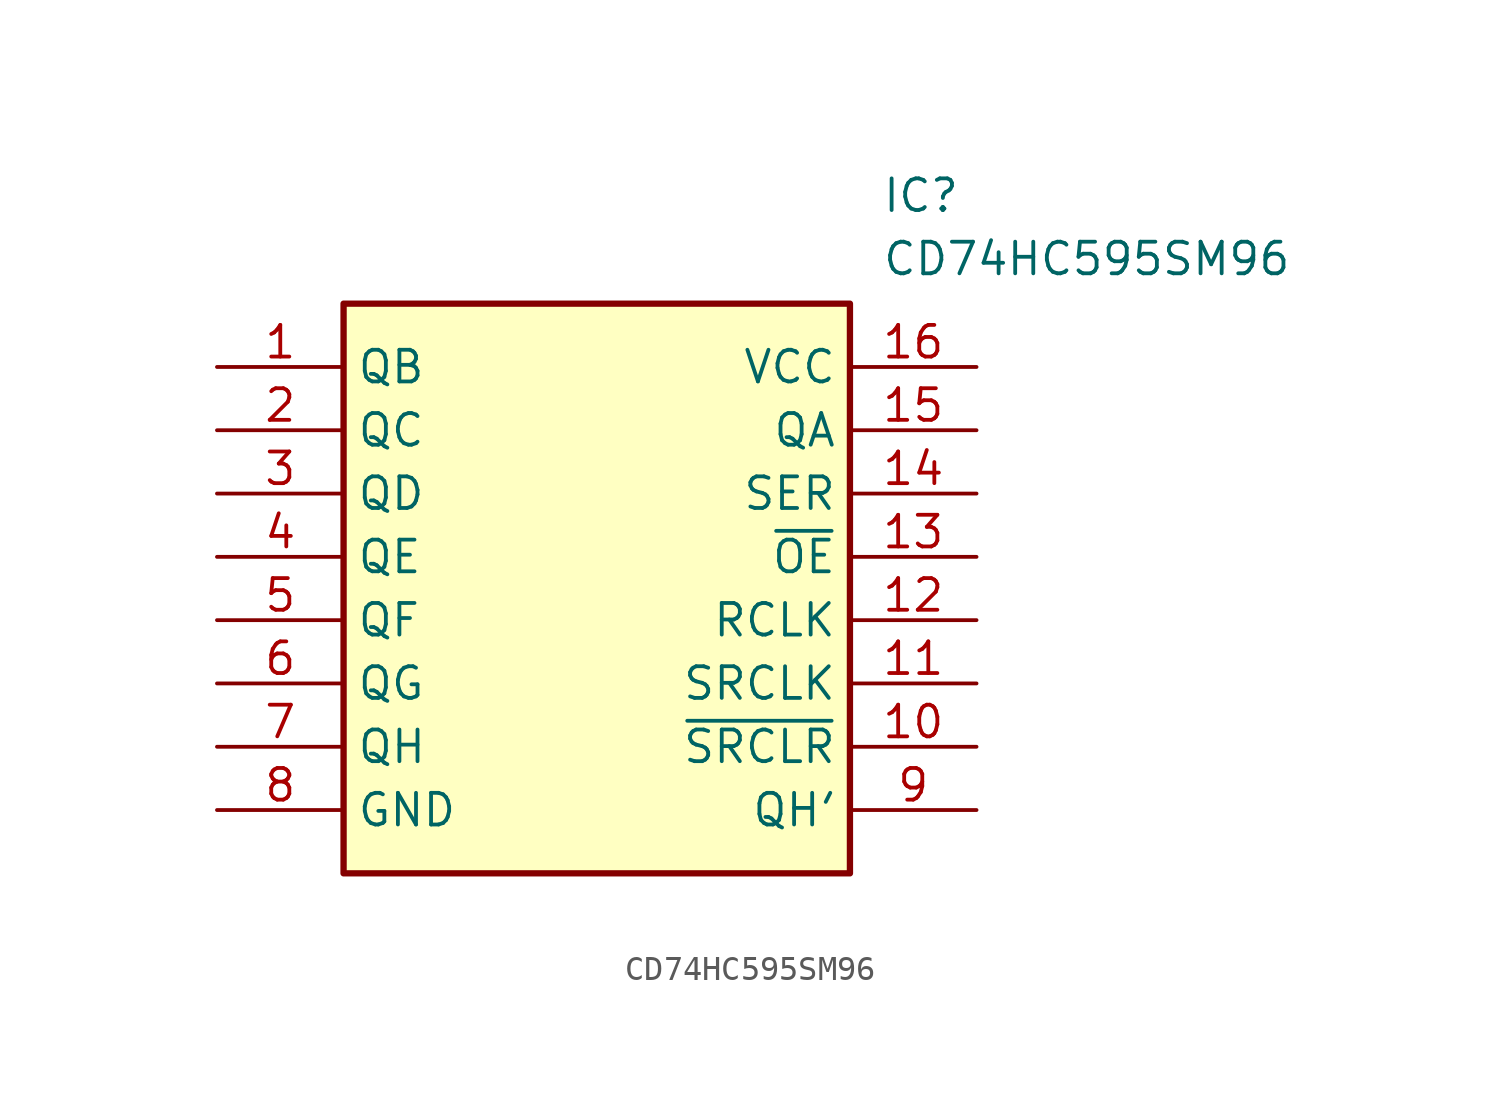
<source format=kicad_sym>
(kicad_symbol_lib
  (version 20211014)
  (generator SamacSys_ECAD_Model)
  (symbol "CD74HC595SM96"
    (property "Reference" "IC"
      (at 26.67 7.62 0)
      (effects (font (size 1.27 1.27)) (justify left top)))
    (property "Value" "CD74HC595SM96"
      (at 26.67 5.08 0)
      (effects (font (size 1.27 1.27)) (justify left top)))
    (rectangle
      (start 5.08 2.54)
      (end 25.4 -20.32)
      (stroke (width 0.254) (type default))
      (fill (type background)))
    (pin passive line
      (at 0 0 0)
      (length 5.08)
      (name "QB" (effects (font (size 1.27 1.27))))
      (number "1" (effects (font (size 1.27 1.27)))))
    (pin passive line
      (at 0 -2.54 0)
      (length 5.08)
      (name "QC" (effects (font (size 1.27 1.27))))
      (number "2" (effects (font (size 1.27 1.27)))))
    (pin passive line
      (at 0 -5.08 0)
      (length 5.08)
      (name "QD" (effects (font (size 1.27 1.27))))
      (number "3" (effects (font (size 1.27 1.27)))))
    (pin passive line
      (at 0 -7.62 0)
      (length 5.08)
      (name "QE" (effects (font (size 1.27 1.27))))
      (number "4" (effects (font (size 1.27 1.27)))))
    (pin passive line
      (at 0 -10.16 0)
      (length 5.08)
      (name "QF" (effects (font (size 1.27 1.27))))
      (number "5" (effects (font (size 1.27 1.27)))))
    (pin passive line
      (at 0 -12.7 0)
      (length 5.08)
      (name "QG" (effects (font (size 1.27 1.27))))
      (number "6" (effects (font (size 1.27 1.27)))))
    (pin passive line
      (at 0 -15.24 0)
      (length 5.08)
      (name "QH" (effects (font (size 1.27 1.27))))
      (number "7" (effects (font (size 1.27 1.27)))))
    (pin passive line
      (at 0 -17.78 0)
      (length 5.08)
      (name "GND" (effects (font (size 1.27 1.27))))
      (number "8" (effects (font (size 1.27 1.27)))))
    (pin passive line
      (at 30.48 0 180)
      (length 5.08)
      (name "VCC" (effects (font (size 1.27 1.27))))
      (number "16" (effects (font (size 1.27 1.27)))))
    (pin passive line
      (at 30.48 -2.54 180)
      (length 5.08)
      (name "QA" (effects (font (size 1.27 1.27))))
      (number "15" (effects (font (size 1.27 1.27)))))
    (pin passive line
      (at 30.48 -5.08 180)
      (length 5.08)
      (name "SER" (effects (font (size 1.27 1.27))))
      (number "14" (effects (font (size 1.27 1.27)))))
    (pin passive line
      (at 30.48 -7.62 180)
      (length 5.08)
      (name "~{OE}" (effects (font (size 1.27 1.27))))
      (number "13" (effects (font (size 1.27 1.27)))))
    (pin passive line
      (at 30.48 -10.16 180)
      (length 5.08)
      (name "RCLK" (effects (font (size 1.27 1.27))))
      (number "12" (effects (font (size 1.27 1.27)))))
    (pin passive line
      (at 30.48 -12.7 180)
      (length 5.08)
      (name "SRCLK" (effects (font (size 1.27 1.27))))
      (number "11" (effects (font (size 1.27 1.27)))))
    (pin passive line
      (at 30.48 -15.24 180)
      (length 5.08)
      (name "~{SRCLR}" (effects (font (size 1.27 1.27))))
      (number "10" (effects (font (size 1.27 1.27)))))
    (pin passive line
      (at 30.48 -17.78 180)
      (length 5.08)
      (name "QH′" (effects (font (size 1.27 1.27))))
      (number "9" (effects (font (size 1.27 1.27)))))))
</source>
